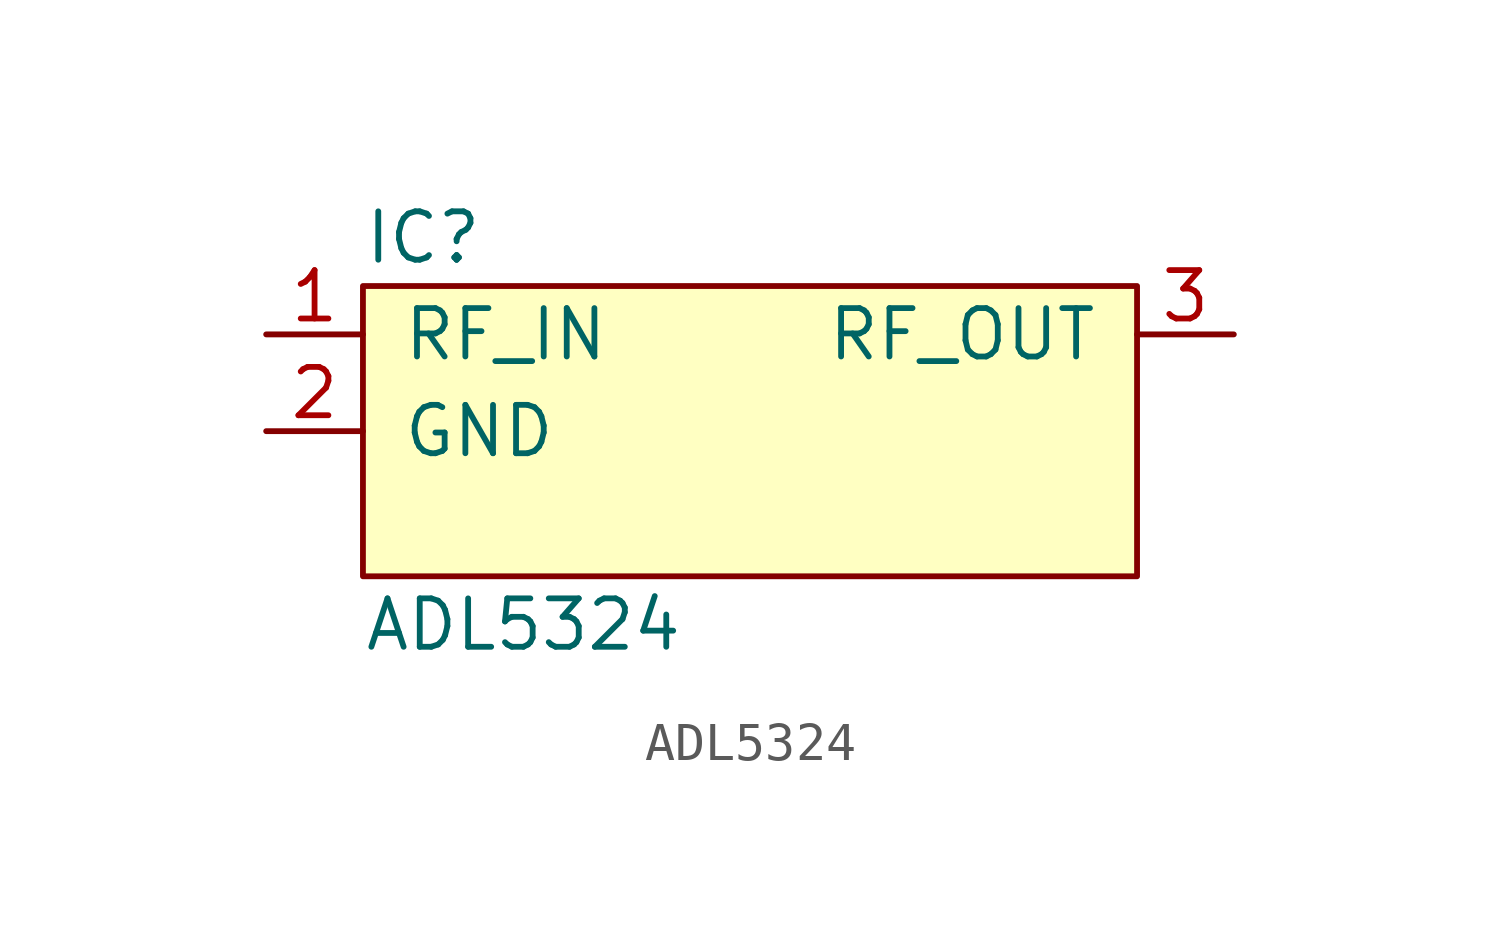
<source format=kicad_sym>
(kicad_symbol_lib
  (version 20211014)
  (generator agg_kicad.build_lib_ic)
  (symbol "ADL5324"
    (pin_names
      (offset 1.016))
    (property Reference IC
      (at -10.16 5.08 0)
      (effects (font (size 1.27 1.27)) (justify left)))
    (property Value "ADL5324"
      (at -10.16 -5.08 0)
      (effects (font (size 1.27 1.27)) (justify left)))
    (symbol "ADL5324_0_0"
      (rectangle (start -10.16 3.81) (end 10.16 -3.81) (stroke (width 0) (type default) (color 0 0 0 0)) (fill (type background)))
      (pin input line (at -12.7 2.54 0) (length 2.54) (name RF_IN (effects (font (size 1.27 1.27)))) (number "1" (effects (font (size 1.27 1.27)))))
      (pin power_in line (at -12.7 0 0) (length 2.54) (name GND (effects (font (size 1.27 1.27)))) (number "2" (effects (font (size 1.27 1.27)))))
      (pin output line (at 12.7 2.54 180) (length 2.54) (name RF_OUT (effects (font (size 1.27 1.27)))) (number "3" (effects (font (size 1.27 1.27))))))))
</source>
